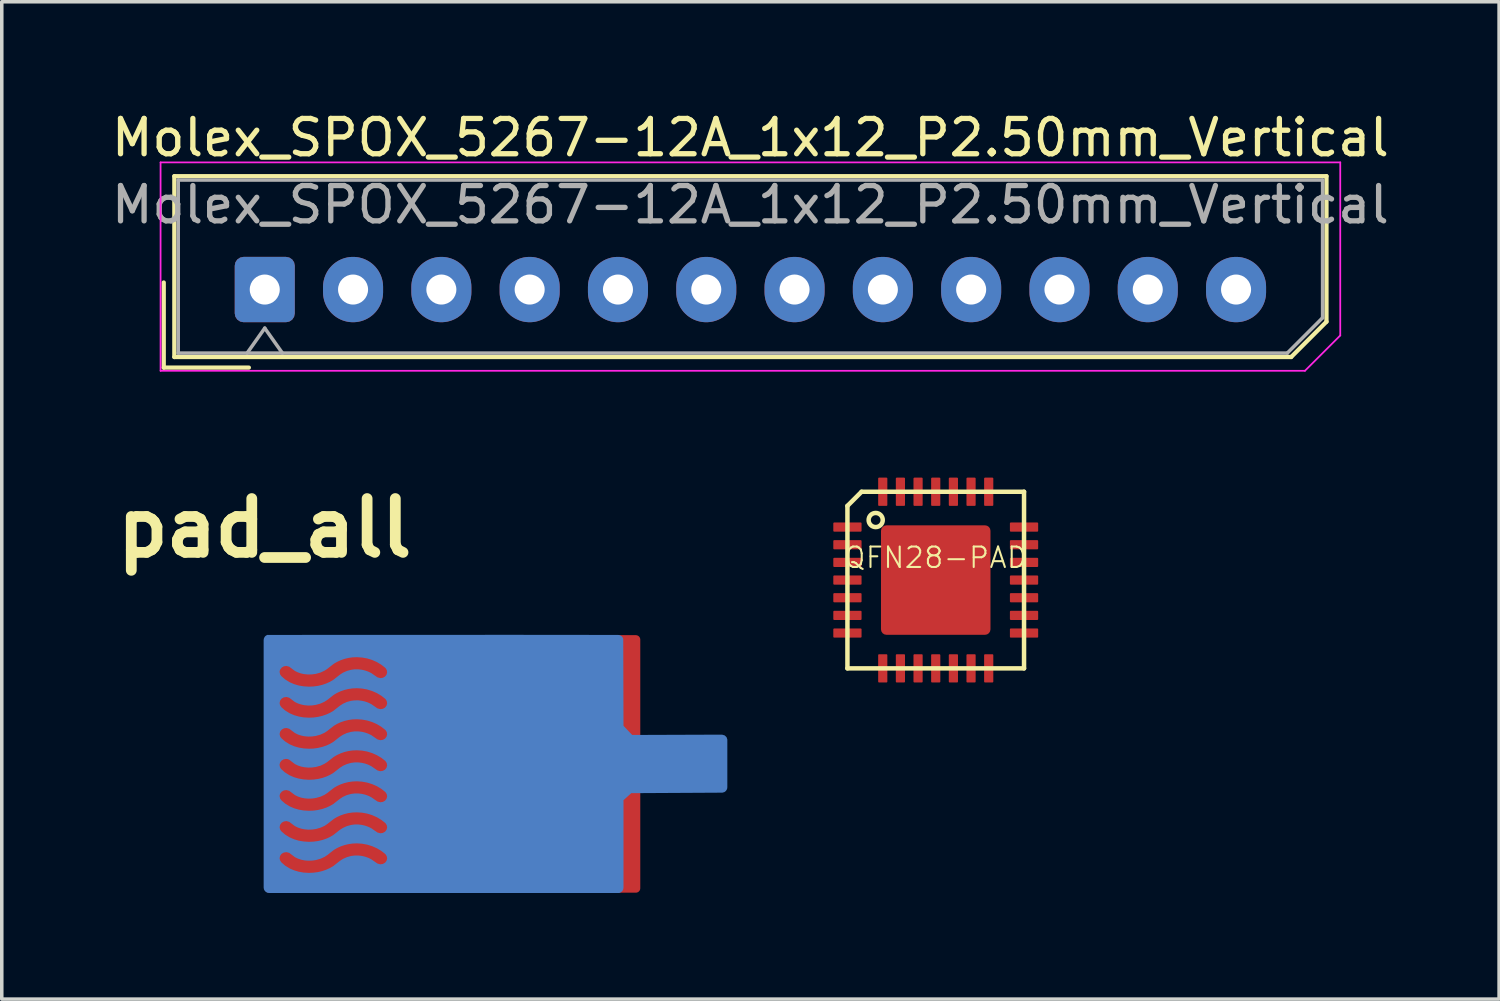
<source format=kicad_pcb>
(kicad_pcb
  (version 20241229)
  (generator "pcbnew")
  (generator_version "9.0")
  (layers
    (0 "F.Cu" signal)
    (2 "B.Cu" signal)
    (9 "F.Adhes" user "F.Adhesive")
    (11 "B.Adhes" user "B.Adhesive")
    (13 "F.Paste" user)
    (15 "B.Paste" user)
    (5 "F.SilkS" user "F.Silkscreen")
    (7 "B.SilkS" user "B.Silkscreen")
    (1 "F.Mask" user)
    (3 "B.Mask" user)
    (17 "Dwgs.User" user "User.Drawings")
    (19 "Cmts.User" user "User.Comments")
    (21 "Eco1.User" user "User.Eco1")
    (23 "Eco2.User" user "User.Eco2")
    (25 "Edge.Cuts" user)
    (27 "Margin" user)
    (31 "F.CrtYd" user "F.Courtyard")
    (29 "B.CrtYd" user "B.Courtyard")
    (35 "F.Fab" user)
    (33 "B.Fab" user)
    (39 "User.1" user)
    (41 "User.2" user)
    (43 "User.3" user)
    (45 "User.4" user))
  (footprint "Molex_SPOX_5267-12A_1x12_P2.50mm_Vertical"
    (layer "F.Cu")
    (at 4.446 5.148)
    (property "Reference" "Molex_SPOX_5267-12A_1x12_P2.50mm_Vertical" (at 13.75 -4.3 0) (layer "F.SilkS") (effects (font (size 1 1) (thickness 0.15))))
    (attr through_hole)
    (fp_line (start -2.86 -0.2) (end -2.86 2.21) (stroke (width 0.12) (type solid)) (layer "F.SilkS"))
    (fp_line (start -2.86 2.21) (end -0.45 2.21) (stroke (width 0.12) (type solid)) (layer "F.SilkS"))
    (fp_line (start -2.56 -3.21) (end -2.56 1.91) (stroke (width 0.12) (type solid)) (layer "F.SilkS"))
    (fp_line (start -2.56 1.91) (end 29.06 1.91) (stroke (width 0.12) (type solid)) (layer "F.SilkS"))
    (fp_line (start 29.06 1.91) (end 30.06 0.91) (stroke (width 0.12) (type solid)) (layer "F.SilkS"))
    (fp_line (start 30.06 -3.21) (end -2.56 -3.21) (stroke (width 0.12) (type solid)) (layer "F.SilkS"))
    (fp_line (start 30.06 0.91) (end 30.06 -3.21) (stroke (width 0.12) (type solid)) (layer "F.SilkS"))
    (fp_line (start -2.95 -3.6) (end -2.95 2.3) (stroke (width 0.05) (type solid)) (layer "F.CrtYd"))
    (fp_line (start -2.95 2.3) (end 29.45 2.3) (stroke (width 0.05) (type solid)) (layer "F.CrtYd"))
    (fp_line (start 29.45 2.3) (end 30.45 1.3) (stroke (width 0.05) (type solid)) (layer "F.CrtYd"))
    (fp_line (start 30.45 -3.6) (end -2.95 -3.6) (stroke (width 0.05) (type solid)) (layer "F.CrtYd"))
    (fp_line (start 30.45 1.3) (end 30.45 -3.6) (stroke (width 0.05) (type solid)) (layer "F.CrtYd"))
    (fp_line (start -2.45 -3.1) (end -2.45 1.8) (stroke (width 0.1) (type solid)) (layer "F.Fab"))
    (fp_line (start -2.45 1.8) (end 28.95 1.8) (stroke (width 0.1) (type solid)) (layer "F.Fab"))
    (fp_line (start -0.5 1.8) (end 0 1.093) (stroke (width 0.1) (type solid)) (layer "F.Fab"))
    (fp_line (start 0 1.093) (end 0.5 1.8) (stroke (width 0.1) (type solid)) (layer "F.Fab"))
    (fp_line (start 28.95 1.8) (end 29.95 0.8) (stroke (width 0.1) (type solid)) (layer "F.Fab"))
    (fp_line (start 29.95 -3.1) (end -2.45 -3.1) (stroke (width 0.1) (type solid)) (layer "F.Fab"))
    (fp_line (start 29.95 0.8) (end 29.95 -3.1) (stroke (width 0.1) (type solid)) (layer "F.Fab"))
    (fp_text user "${REFERENCE}" (at 13.75 -2.4 0) (layer "F.Fab") (effects (font (size 1 1) (thickness 0.15))))
    (pad "1" thru_hole roundrect (at 0 0) (size 1.7 1.85) (drill 0.85) (layers "*.Cu" "*.Mask") (roundrect_rratio 0.147))
    (pad "2" thru_hole oval (at 2.5 0) (size 1.7 1.85) (drill 0.85) (layers "*.Cu" "*.Mask"))
    (pad "3" thru_hole oval (at 5 0) (size 1.7 1.85) (drill 0.85) (layers "*.Cu" "*.Mask"))
    (pad "4" thru_hole oval (at 7.5 0) (size 1.7 1.85) (drill 0.85) (layers "*.Cu" "*.Mask"))
    (pad "5" thru_hole oval (at 10 0) (size 1.7 1.85) (drill 0.85) (layers "*.Cu" "*.Mask"))
    (pad "6" thru_hole oval (at 12.5 0) (size 1.7 1.85) (drill 0.85) (layers "*.Cu" "*.Mask"))
    (pad "7" thru_hole oval (at 15 0) (size 1.7 1.85) (drill 0.85) (layers "*.Cu" "*.Mask"))
    (pad "8" thru_hole oval (at 17.5 0) (size 1.7 1.85) (drill 0.85) (layers "*.Cu" "*.Mask"))
    (pad "9" thru_hole oval (at 20 0) (size 1.7 1.85) (drill 0.85) (layers "*.Cu" "*.Mask"))
    (pad "10" thru_hole oval (at 22.5 0) (size 1.7 1.85) (drill 0.85) (layers "*.Cu" "*.Mask"))
    (pad "11" thru_hole oval (at 25 0) (size 1.7 1.85) (drill 0.85) (layers "*.Cu" "*.Mask"))
    (pad "12" thru_hole oval (at 27.5 0) (size 1.7 1.85) (drill 0.85) (layers "*.Cu" "*.Mask")))
  (footprint "pad_all"
    (layer "F.Cu")
    (at 4.441 14.92)
    (property "Reference" "pad_all" (at 0 -3.02 0) (layer "F.SilkS") (effects (font (size 1.524 1.524) (thickness 0.305))))
    (attr exclude_from_pos_files exclude_from_bom)
    (fp_poly (pts (xy 10.511 7.178) (xy 0.126 7.178) (xy 0.126 0.139) (xy 10.511 0.139) (xy 10.511 7.178)) (stroke (width 0.252) (type solid)) (fill yes) (layer "F.Cu"))
    (fp_poly (pts (xy 10.511 7.247) (xy 0.05 7.247) (xy 0.05 0.07) (xy 10.59 0.07) (xy 10.59 7.247)) (stroke (width 0.101) (type solid)) (fill yes) (layer "F.Mask"))
    (fp_poly (pts (xy 13.042 4.405) (xy 3.441 4.437) (xy 3.321 4.343) (xy 3.191 4.265) (xy 3.053 4.205) (xy 2.91 4.161) (xy 3.005 3.744) (xy 3.183 3.867) (xy 3.272 3.892) (xy 3.355 3.881) (xy 3.426 3.842) (xy 3.476 3.78) (xy 3.497 3.704) (xy 3.484 3.626) (xy 3.441 3.558) (xy 3.321 3.464) (xy 3.191 3.387) (xy 3.053 3.326) (xy 2.91 3.282) (xy 2.763 3.255) (xy 2.923 2.826) (xy 3.005 2.865) (xy 3.183 2.988) (xy 3.273 3.013) (xy 3.355 3.003) (xy 3.427 2.963) (xy 3.476 2.901) (xy 3.497 2.825) (xy 3.484 2.747) (xy 3.441 2.68) (xy 3.321 2.586) (xy 3.191 2.508) (xy 3.053 2.447) (xy 2.91 2.403) (xy 2.763 2.377) (xy 2.923 1.947) (xy 3.005 1.987) (xy 3.183 2.11) (xy 3.273 2.135) (xy 3.355 2.124) (xy 3.427 2.085) (xy 3.476 2.022) (xy 3.497 1.947) (xy 3.484 1.869) (xy 3.441 1.801) (xy 3.321 1.707) (xy 3.191 1.629) (xy 3.053 1.569) (xy 2.91 1.525) (xy 2.923 1.069) (xy 3.005 1.108) (xy 3.183 1.231) (xy 3.273 1.256) (xy 3.355 1.246) (xy 3.427 1.206) (xy 3.476 1.144) (xy 3.497 1.068) (xy 3.484 0.99) (xy 3.441 0.923) (xy 3.321 0.829) (xy 3.191 0.751) (xy 3.053 0.69) (xy 2.91 0.646) (xy 2.763 0.62) (xy 2.614 0.61) (xy 2.485 0.615) (xy 2.368 0.632) (xy 2.252 0.66) (xy 2.14 0.7) (xy 2.04 0.746) (xy 1.945 0.801) (xy 1.756 0.949) (xy 1.683 0.996) (xy 1.574 1.047) (xy 1.445 1.083) (xy 1.342 1.097) (xy 1.236 1.1) (xy 1.135 1.091) (xy 1.04 1.072) (xy 0.952 1.042) (xy 0.873 1.004) (xy 0.709 0.881) (xy 0.62 0.858) (xy 0.539 0.869) (xy 0.468 0.909) (xy 0.419 0.971) (xy 0.402 1.017) (xy 0.398 1.056) (xy 0.414 1.132) (xy 0.453 1.189) (xy 0.565 1.287) (xy 0.7 1.37) (xy 0.828 1.425) (xy 0.963 1.465) (xy 1.103 1.488) (xy 1.256 1.498) (xy 1.386 1.492) (xy 1.516 1.475) (xy 1.643 1.445) (xy 1.758 1.405) (xy 1.859 1.359) (xy 1.956 1.304) (xy 2.148 1.153) (xy 2.232 1.099) (xy 2.34 1.051) (xy 2.454 1.02) (xy 2.551 1.007) (xy 2.651 1.007) (xy 2.749 1.018) (xy 2.837 1.039) (xy 2.923 1.069) (xy 2.91 1.525) (xy 2.763 1.498) (xy 2.614 1.488) (xy 2.485 1.494) (xy 2.368 1.511) (xy 2.252 1.539) (xy 2.14 1.578) (xy 2.04 1.624) (xy 1.945 1.68) (xy 1.756 1.828) (xy 1.683 1.875) (xy 1.574 1.925) (xy 1.445 1.961) (xy 1.342 1.976) (xy 1.236 1.979) (xy 1.135 1.97) (xy 1.04 1.95) (xy 0.952 1.921) (xy 0.873 1.883) (xy 0.709 1.759) (xy 0.62 1.736) (xy 0.529 1.751) (xy 0.46 1.794) (xy 0.414 1.858) (xy 0.398 1.934) (xy 0.411 2.001) (xy 0.453 2.068) (xy 0.565 2.166) (xy 0.7 2.249) (xy 0.828 2.304) (xy 0.963 2.343) (xy 1.103 2.367) (xy 1.256 2.376) (xy 1.386 2.371) (xy 1.516 2.353) (xy 1.643 2.323) (xy 1.758 2.284) (xy 1.859 2.238) (xy 1.956 2.183) (xy 2.148 2.032) (xy 2.232 1.978) (xy 2.34 1.929) (xy 2.454 1.898) (xy 2.551 1.886) (xy 2.651 1.885) (xy 2.749 1.897) (xy 2.837 1.917) (xy 2.923 1.947) (xy 2.763 2.377) (xy 2.614 2.367) (xy 2.485 2.372) (xy 2.368 2.389) (xy 2.252 2.417) (xy 2.14 2.456) (xy 2.04 2.502) (xy 1.945 2.558) (xy 1.756 2.706) (xy 1.683 2.754) (xy 1.574 2.804) (xy 1.445 2.84) (xy 1.342 2.855) (xy 1.236 2.858) (xy 1.135 2.849) (xy 1.04 2.829) (xy 0.952 2.8) (xy 0.873 2.761) (xy 0.709 2.638) (xy 0.62 2.614) (xy 0.538 2.626) (xy 0.468 2.666) (xy 0.414 2.737) (xy 0.398 2.813) (xy 0.414 2.889) (xy 0.453 2.946) (xy 0.565 3.044) (xy 0.7 3.128) (xy 0.828 3.183) (xy 0.963 3.222) (xy 1.103 3.246) (xy 1.256 3.255) (xy 1.386 3.25) (xy 1.516 3.232) (xy 1.643 3.202) (xy 1.758 3.163) (xy 1.859 3.117) (xy 1.956 3.061) (xy 2.148 2.91) (xy 2.232 2.857) (xy 2.34 2.808) (xy 2.454 2.777) (xy 2.551 2.764) (xy 2.651 2.764) (xy 2.749 2.775) (xy 2.837 2.796) (xy 2.923 2.826) (xy 2.763 3.255) (xy 2.614 3.246) (xy 2.485 3.251) (xy 2.368 3.268) (xy 2.252 3.296) (xy 2.14 3.336) (xy 2.04 3.382) (xy 1.945 3.437) (xy 1.756 3.585) (xy 1.683 3.632) (xy 1.574 3.683) (xy 1.445 3.719) (xy 1.342 3.733) (xy 1.236 3.736) (xy 1.135 3.727) (xy 1.04 3.708) (xy 0.952 3.678) (xy 0.873 3.64) (xy 0.711 3.516) (xy 0.663 3.497) (xy 0.612 3.49) (xy 0.531 3.503) (xy 0.461 3.545) (xy 0.414 3.608) (xy 0.396 3.683) (xy 0.41 3.759) (xy 0.446 3.817) (xy 0.557 3.917) (xy 0.691 4.002) (xy 0.819 4.058) (xy 0.954 4.098) (xy 1.103 4.124) (xy 1.256 4.134) (xy 1.386 4.128) (xy 1.516 4.111) (xy 1.643 4.081) (xy 1.758 4.041) (xy 1.859 3.995) (xy 1.956 3.94) (xy 2.148 3.789) (xy 2.232 3.735) (xy 2.34 3.687) (xy 2.454 3.655) (xy 2.551 3.643) (xy 2.651 3.642) (xy 2.749 3.654) (xy 2.837 3.674) (xy 2.923 3.704) (xy 3.005 3.744) (xy 2.91 4.161) (xy 2.763 4.134) (xy 2.614 4.124) (xy 2.485 4.13) (xy 2.368 4.147) (xy 2.252 4.175) (xy 2.14 4.214) (xy 2.04 4.26) (xy 1.945 4.316) (xy 1.756 4.464) (xy 1.683 4.511) (xy 1.574 4.561) (xy 1.445 4.597) (xy 1.342 4.612) (xy 1.236 4.615) (xy 1.135 4.606) (xy 1.04 4.587) (xy 0.952 4.557) (xy 0.873 4.518) (xy 0.709 4.395) (xy 0.62 4.372) (xy 0.538 4.383) (xy 0.468 4.423) (xy 0.418 4.485) (xy 0.402 4.531) (xy 0.398 4.57) (xy 0.414 4.646) (xy 0.453 4.704) (xy 0.565 4.802) (xy 0.7 4.885) (xy 0.828 4.94) (xy 0.963 4.979) (xy 1.103 5.003) (xy 1.256 5.012) (xy 1.386 5.007) (xy 1.516 4.989) (xy 1.643 4.959) (xy 1.758 4.92) (xy 1.859 4.874) (xy 1.956 4.819) (xy 2.148 4.668) (xy 2.232 4.614) (xy 2.34 4.565) (xy 2.454 4.534) (xy 2.551 4.522) (xy 2.651 4.521) (xy 2.749 4.533) (xy 2.837 4.553) (xy 2.923 4.583) (xy 3.005 4.623) (xy 3.183 4.746) (xy 3.273 4.771) (xy 3.355 4.76) (xy 3.427 4.721) (xy 3.476 4.658) (xy 3.497 4.583) (xy 3.484 4.505) (xy 3.441 4.437) (xy 13.042 4.405) (xy 13.009 4.431) (xy 12.959 4.446) (xy 10.371 4.46) (xy 10.135 4.673) (xy 3.441 5.316) (xy 3.321 5.222) (xy 3.191 5.144) (xy 3.053 5.083) (xy 2.91 5.039) (xy 2.763 5.012) (xy 2.614 5.003) (xy 2.485 5.008) (xy 2.368 5.025) (xy 2.252 5.053) (xy 2.14 5.092) (xy 2.04 5.138) (xy 1.945 5.194) (xy 1.756 5.342) (xy 1.683 5.39) (xy 1.574 5.439) (xy 1.445 5.476) (xy 1.342 5.49) (xy 1.236 5.493) (xy 1.135 5.484) (xy 1.04 5.465) (xy 0.952 5.435) (xy 0.873 5.397) (xy 0.709 5.274) (xy 0.62 5.25) (xy 0.539 5.262) (xy 0.468 5.302) (xy 0.414 5.373) (xy 0.398 5.449) (xy 0.414 5.525) (xy 0.453 5.582) (xy 0.565 5.68) (xy 0.7 5.763) (xy 0.828 5.818) (xy 0.963 5.858) (xy 1.103 5.881) (xy 1.256 5.891) (xy 1.386 5.885) (xy 1.516 5.868) (xy 1.643 5.838) (xy 1.758 5.799) (xy 1.859 5.753) (xy 1.956 5.697) (xy 2.148 5.546) (xy 2.232 5.493) (xy 2.34 5.444) (xy 2.454 5.413) (xy 2.551 5.4) (xy 2.651 5.4) (xy 2.749 5.411) (xy 2.837 5.432) (xy 2.923 5.462) (xy 3.005 5.501) (xy 3.183 5.624) (xy 3.273 5.649) (xy 3.355 5.639) (xy 3.427 5.599) (xy 3.476 5.537) (xy 3.497 5.461) (xy 3.484 5.383) (xy 3.441 5.316) (xy 10.135 4.673) (xy 10.135 7.161) (xy 3.441 6.194) (xy 3.321 6.1) (xy 3.191 6.023) (xy 3.053 5.962) (xy 2.91 5.918) (xy 2.763 5.891) (xy 2.614 5.881) (xy 2.485 5.887) (xy 2.368 5.904) (xy 2.252 5.932) (xy 2.14 5.971) (xy 2.04 6.017) (xy 1.945 6.073) (xy 1.756 6.221) (xy 1.683 6.268) (xy 1.574 6.318) (xy 1.445 6.355) (xy 1.342 6.369) (xy 1.236 6.372) (xy 1.135 6.364) (xy 1.04 6.344) (xy 0.952 6.314) (xy 0.873 6.276) (xy 0.709 6.152) (xy 0.62 6.129) (xy 0.529 6.144) (xy 0.46 6.187) (xy 0.414 6.251) (xy 0.398 6.327) (xy 0.411 6.394) (xy 0.453 6.461) (xy 0.565 6.559) (xy 0.7 6.642) (xy 0.828 6.697) (xy 0.963 6.737) (xy 1.103 6.761) (xy 1.256 6.77) (xy 1.386 6.764) (xy 1.516 6.747) (xy 1.643 6.717) (xy 1.758 6.677) (xy 1.859 6.631) (xy 1.956 6.576) (xy 2.148 6.425) (xy 2.232 6.371) (xy 2.34 6.323) (xy 2.454 6.291) (xy 2.551 6.279) (xy 2.651 6.278) (xy 2.749 6.29) (xy 2.837 6.31) (xy 2.923 6.34) (xy 3.005 6.38) (xy 3.183 6.503) (xy 3.273 6.528) (xy 3.355 6.517) (xy 3.427 6.478) (xy 3.476 6.415) (xy 3.497 6.34) (xy 3.484 6.262) (xy 3.441 6.194) (xy 10.135 7.161) (xy 10.128 7.202) (xy 10.109 7.239) (xy 10.078 7.267) (xy 10.04 7.286) (xy 0.129 7.286) (xy 0.089 7.28) (xy 0.053 7.262) (xy 0.025 7.234) (xy 0.007 7.199) (xy 0.000325 7.159) (xy 0 0.152) (xy 0.007 0.111) (xy 0.026 0.074) (xy 0.048 0.052) (xy 0.084 0.032) (xy 0.151 0.033) (xy 1.228 0.032) (xy 3.845 0.031) (xy 7.08 0.03) (xy 10.008 0.033) (xy 10.05 0.04) (xy 10.086 0.059) (xy 10.108 0.082) (xy 10.128 0.119) (xy 10.135 2.59) (xy 10.396 2.865) (xy 12.948 2.856) (xy 13.014 2.875) (xy 13.057 2.917) (xy 13.075 2.973) (xy 13.075 4.319) (xy 13.069 4.361) (xy 13.042 4.405)) (stroke (width 0.053) (type solid)) (fill yes) (layer "B.Cu"))
    (fp_poly (pts (xy 6.863 1.337) (xy 4.326 1.328) (xy 4.321 6.023) (xy 6.863 6.034) (xy 6.864 7.266) (xy 0.052 7.267) (xy 0.05 0.05) (xy 6.863 0.05) (xy 6.863 1.337)) (stroke (width 0.1) (type solid)) (fill yes) (layer "B.Mask")))
  (footprint "QFN28-PAD"
    (layer "F.Cu")
    (at 23.443 13.373)
    (property "Reference" "QFN28-PAD" (at 0 -0.635 180) (layer "F.SilkS") (effects (font (size 0.579 0.579) (thickness 0.058))))
    (attr through_hole)
    (fp_line (start -2.5 -2.1) (end -2.5 2.5) (stroke (width 0.127) (type solid)) (layer "F.SilkS"))
    (fp_line (start -2.5 2.5) (end 2.5 2.5) (stroke (width 0.127) (type solid)) (layer "F.SilkS"))
    (fp_line (start -2.1 -2.5) (end -2.5 -2.1) (stroke (width 0.127) (type solid)) (layer "F.SilkS"))
    (fp_line (start 2.5 -2.5) (end -2.1 -2.5) (stroke (width 0.127) (type solid)) (layer "F.SilkS"))
    (fp_line (start 2.5 2.5) (end 2.5 -2.5) (stroke (width 0.127) (type solid)) (layer "F.SilkS"))
    (fp_circle (center -1.7 -1.7) (end -1.5 -1.7) (stroke (width 0.127) (type solid)) (fill no) (layer "F.SilkS"))
    (fp_poly (pts (xy -0.6 0.6) (xy 0.6 0.6) (xy 0.6 -0.6) (xy -0.6 -0.6)) (stroke (width 0) (type solid)) (fill yes) (layer "F.Paste"))
    (pad "1" smd roundrect (at -2.5 -1.5) (size 0.8 0.26) (layers "F.Cu" "F.Mask" "F.Paste") (roundrect_rratio 0.1))
    (pad "2" smd roundrect (at -2.5 -1) (size 0.8 0.26) (layers "F.Cu" "F.Mask" "F.Paste") (roundrect_rratio 0.1))
    (pad "3" smd roundrect (at -2.5 -0.5) (size 0.8 0.26) (layers "F.Cu" "F.Mask" "F.Paste") (roundrect_rratio 0.1))
    (pad "4" smd roundrect (at -2.5 0) (size 0.8 0.26) (layers "F.Cu" "F.Mask" "F.Paste") (roundrect_rratio 0.1))
    (pad "5" smd roundrect (at -2.5 0.5) (size 0.8 0.26) (layers "F.Cu" "F.Mask" "F.Paste") (roundrect_rratio 0.1))
    (pad "6" smd roundrect (at -2.5 1) (size 0.8 0.26) (layers "F.Cu" "F.Mask" "F.Paste") (roundrect_rratio 0.1))
    (pad "7" smd roundrect (at -2.5 1.5) (size 0.8 0.26) (layers "F.Cu" "F.Mask" "F.Paste") (roundrect_rratio 0.1))
    (pad "8" smd roundrect (at -1.5 2.5 90) (size 0.8 0.26) (layers "F.Cu" "F.Mask" "F.Paste") (roundrect_rratio 0.1))
    (pad "9" smd roundrect (at -1 2.5 90) (size 0.8 0.26) (layers "F.Cu" "F.Mask" "F.Paste") (roundrect_rratio 0.1))
    (pad "10" smd roundrect (at -0.5 2.5 90) (size 0.8 0.26) (layers "F.Cu" "F.Mask" "F.Paste") (roundrect_rratio 0.1))
    (pad "11" smd roundrect (at 0 2.5 90) (size 0.8 0.26) (layers "F.Cu" "F.Mask" "F.Paste") (roundrect_rratio 0.1))
    (pad "12" smd roundrect (at 0.5 2.5 90) (size 0.8 0.26) (layers "F.Cu" "F.Mask" "F.Paste") (roundrect_rratio 0.1))
    (pad "13" smd roundrect (at 1 2.5 90) (size 0.8 0.26) (layers "F.Cu" "F.Mask" "F.Paste") (roundrect_rratio 0.1))
    (pad "14" smd roundrect (at 1.5 2.5 90) (size 0.8 0.26) (layers "F.Cu" "F.Mask" "F.Paste") (roundrect_rratio 0.1))
    (pad "15" smd roundrect (at 2.5 1.5 180) (size 0.8 0.26) (layers "F.Cu" "F.Mask" "F.Paste") (roundrect_rratio 0.1))
    (pad "16" smd roundrect (at 2.5 1 180) (size 0.8 0.26) (layers "F.Cu" "F.Mask" "F.Paste") (roundrect_rratio 0.1))
    (pad "17" smd roundrect (at 2.5 0.5 180) (size 0.8 0.26) (layers "F.Cu" "F.Mask" "F.Paste") (roundrect_rratio 0.1))
    (pad "18" smd roundrect (at 2.5 0 180) (size 0.8 0.26) (layers "F.Cu" "F.Mask" "F.Paste") (roundrect_rratio 0.1))
    (pad "19" smd roundrect (at 2.5 -0.5 180) (size 0.8 0.26) (layers "F.Cu" "F.Mask" "F.Paste") (roundrect_rratio 0.1))
    (pad "20" smd roundrect (at 2.5 -1 180) (size 0.8 0.26) (layers "F.Cu" "F.Mask" "F.Paste") (roundrect_rratio 0.1))
    (pad "21" smd roundrect (at 2.5 -1.5 180) (size 0.8 0.26) (layers "F.Cu" "F.Mask" "F.Paste") (roundrect_rratio 0.1))
    (pad "22" smd roundrect (at 1.5 -2.5 270) (size 0.8 0.26) (layers "F.Cu" "F.Mask" "F.Paste") (roundrect_rratio 0.1))
    (pad "23" smd roundrect (at 1 -2.5 270) (size 0.8 0.26) (layers "F.Cu" "F.Mask" "F.Paste") (roundrect_rratio 0.1))
    (pad "24" smd roundrect (at 0.5 -2.5 270) (size 0.8 0.26) (layers "F.Cu" "F.Mask" "F.Paste") (roundrect_rratio 0.1))
    (pad "25" smd roundrect (at 0 -2.5 270) (size 0.8 0.26) (layers "F.Cu" "F.Mask" "F.Paste") (roundrect_rratio 0.1))
    (pad "26" smd roundrect (at -0.5 -2.5 270) (size 0.8 0.26) (layers "F.Cu" "F.Mask" "F.Paste") (roundrect_rratio 0.1))
    (pad "27" smd roundrect (at -1 -2.5 270) (size 0.8 0.26) (layers "F.Cu" "F.Mask" "F.Paste") (roundrect_rratio 0.1))
    (pad "28" smd roundrect (at -1.5 -2.5 270) (size 0.8 0.26) (layers "F.Cu" "F.Mask" "F.Paste") (roundrect_rratio 0.1))
    (pad "TP" smd roundrect (at 0 0) (size 3.1 3.1) (layers "F.Cu" "F.Mask") (roundrect_rratio 0.05)))
  (gr_rect
    (start -3 -3)
    (end 39.393 25.237)
    (stroke (width 0.1) (type default))
    (fill no)
    (layer "Edge.Cuts")))
</source>
